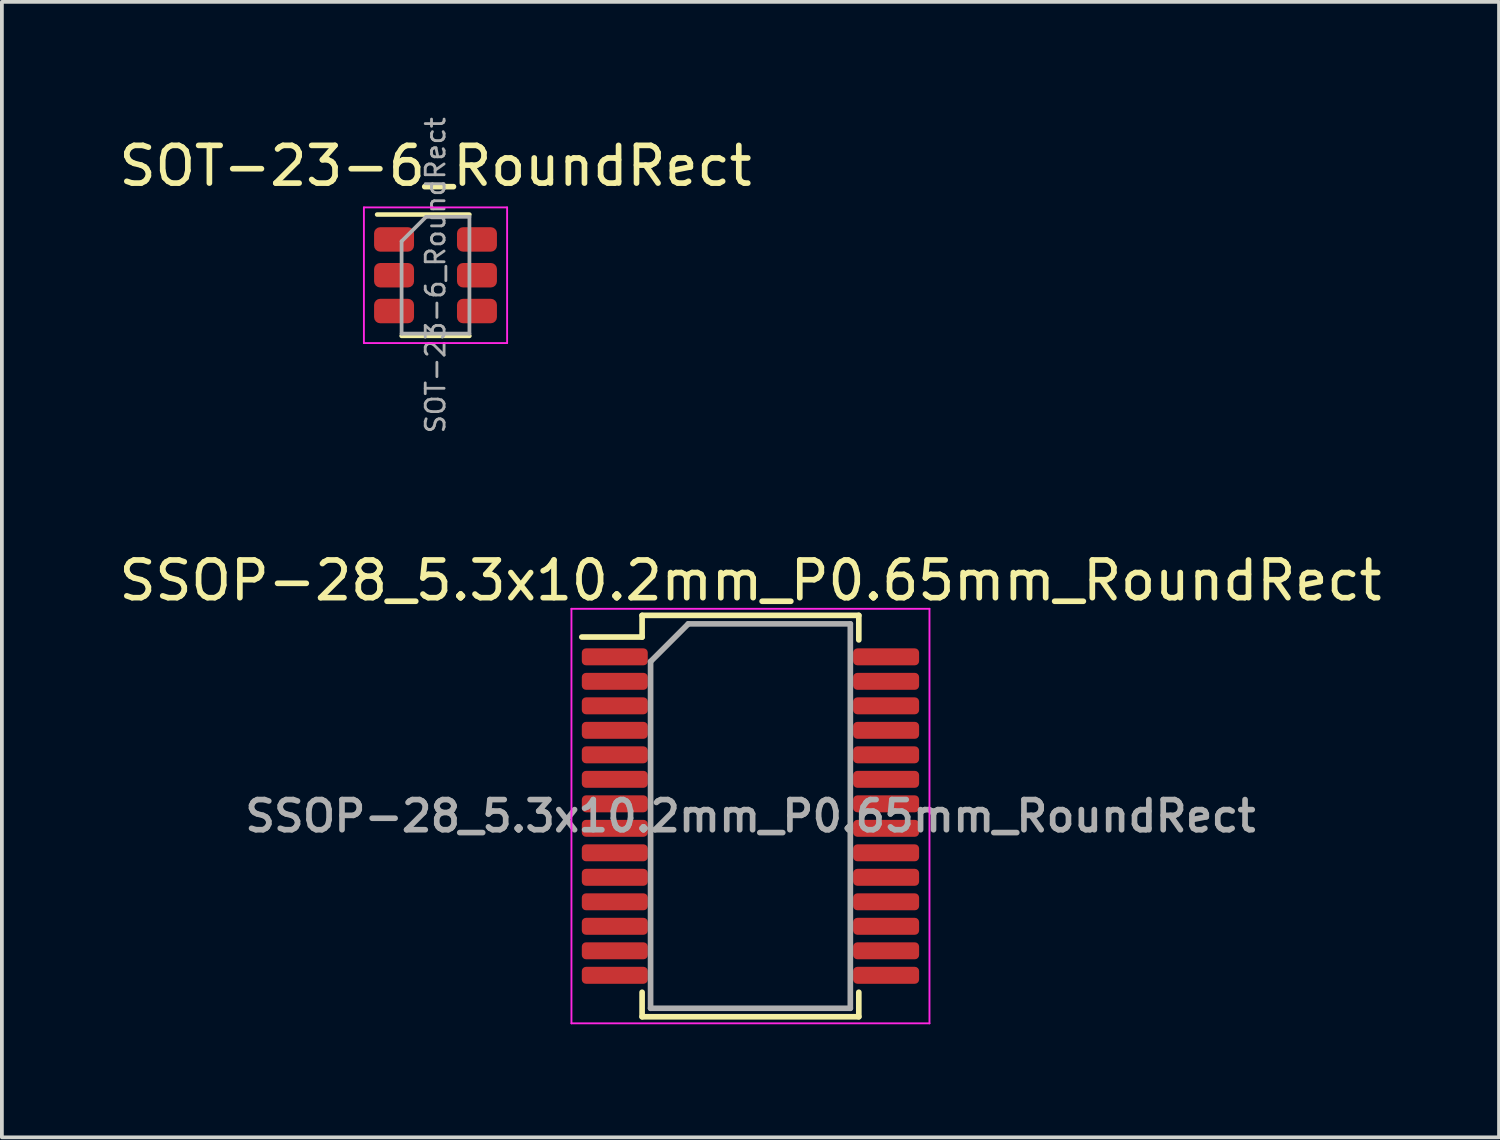
<source format=kicad_pcb>
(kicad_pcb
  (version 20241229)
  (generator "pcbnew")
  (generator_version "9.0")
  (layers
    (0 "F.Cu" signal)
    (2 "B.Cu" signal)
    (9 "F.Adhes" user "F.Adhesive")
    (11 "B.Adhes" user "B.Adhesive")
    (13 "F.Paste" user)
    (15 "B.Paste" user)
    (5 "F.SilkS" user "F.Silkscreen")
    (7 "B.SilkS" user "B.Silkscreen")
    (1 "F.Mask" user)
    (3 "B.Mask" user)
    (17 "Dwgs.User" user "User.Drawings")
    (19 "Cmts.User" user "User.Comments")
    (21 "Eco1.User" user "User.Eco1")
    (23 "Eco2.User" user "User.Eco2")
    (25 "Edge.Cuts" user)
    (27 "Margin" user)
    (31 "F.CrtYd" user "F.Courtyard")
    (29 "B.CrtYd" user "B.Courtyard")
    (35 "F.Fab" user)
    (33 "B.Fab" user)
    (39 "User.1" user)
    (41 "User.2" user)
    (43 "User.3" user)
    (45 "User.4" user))
  (footprint "SSOP-28_5.3x10.2mm_P0.65mm_RoundRect"
    (layer "F.Cu")
    (at 16.863 18.604)
    (property "Reference" "SSOP-28_5.3x10.2mm_P0.65mm_RoundRect" (at 0 -6.25 0) (layer "F.SilkS") (effects (font (size 1 1) (thickness 0.15))))
    (attr smd)
    (fp_line (start -2.875 -5.325) (end -2.875 -4.75) (stroke (width 0.15) (type solid)) (layer "F.SilkS"))
    (fp_line (start -2.875 -5.325) (end 2.875 -5.325) (stroke (width 0.15) (type solid)) (layer "F.SilkS"))
    (fp_line (start -2.875 -4.75) (end -4.475 -4.75) (stroke (width 0.15) (type solid)) (layer "F.SilkS"))
    (fp_line (start -2.875 5.325) (end -2.875 4.675) (stroke (width 0.15) (type solid)) (layer "F.SilkS"))
    (fp_line (start -2.875 5.325) (end 2.875 5.325) (stroke (width 0.15) (type solid)) (layer "F.SilkS"))
    (fp_line (start 2.875 -5.325) (end 2.875 -4.675) (stroke (width 0.15) (type solid)) (layer "F.SilkS"))
    (fp_line (start 2.875 5.325) (end 2.875 4.675) (stroke (width 0.15) (type solid)) (layer "F.SilkS"))
    (fp_line (start -4.75 -5.5) (end -4.75 5.5) (stroke (width 0.05) (type solid)) (layer "F.CrtYd"))
    (fp_line (start -4.75 -5.5) (end 4.75 -5.5) (stroke (width 0.05) (type solid)) (layer "F.CrtYd"))
    (fp_line (start -4.75 5.5) (end 4.75 5.5) (stroke (width 0.05) (type solid)) (layer "F.CrtYd"))
    (fp_line (start 4.75 -5.5) (end 4.75 5.5) (stroke (width 0.05) (type solid)) (layer "F.CrtYd"))
    (fp_line (start -2.65 -4.1) (end -1.65 -5.1) (stroke (width 0.15) (type solid)) (layer "F.Fab"))
    (fp_line (start -2.65 5.1) (end -2.65 -4.1) (stroke (width 0.15) (type solid)) (layer "F.Fab"))
    (fp_line (start -1.65 -5.1) (end 2.65 -5.1) (stroke (width 0.15) (type solid)) (layer "F.Fab"))
    (fp_line (start 2.65 -5.1) (end 2.65 5.1) (stroke (width 0.15) (type solid)) (layer "F.Fab"))
    (fp_line (start 2.65 5.1) (end -2.65 5.1) (stroke (width 0.15) (type solid)) (layer "F.Fab"))
    (fp_text user "${REFERENCE}" (at 0 0 0) (layer "F.Fab") (effects (font (size 0.8 0.8) (thickness 0.15))))
    (pad "1" smd roundrect (at -3.6 -4.225) (size 1.75 0.45) (layers "F.Cu" "F.Mask" "F.Paste") (roundrect_rratio 0.25))
    (pad "2" smd roundrect (at -3.6 -3.575) (size 1.75 0.45) (layers "F.Cu" "F.Mask" "F.Paste") (roundrect_rratio 0.25))
    (pad "3" smd roundrect (at -3.6 -2.925) (size 1.75 0.45) (layers "F.Cu" "F.Mask" "F.Paste") (roundrect_rratio 0.25))
    (pad "4" smd roundrect (at -3.6 -2.275) (size 1.75 0.45) (layers "F.Cu" "F.Mask" "F.Paste") (roundrect_rratio 0.25))
    (pad "5" smd roundrect (at -3.6 -1.625) (size 1.75 0.45) (layers "F.Cu" "F.Mask" "F.Paste") (roundrect_rratio 0.25))
    (pad "6" smd roundrect (at -3.6 -0.975) (size 1.75 0.45) (layers "F.Cu" "F.Mask" "F.Paste") (roundrect_rratio 0.25))
    (pad "7" smd roundrect (at -3.6 -0.325) (size 1.75 0.45) (layers "F.Cu" "F.Mask" "F.Paste") (roundrect_rratio 0.25))
    (pad "8" smd roundrect (at -3.6 0.325) (size 1.75 0.45) (layers "F.Cu" "F.Mask" "F.Paste") (roundrect_rratio 0.25))
    (pad "9" smd roundrect (at -3.6 0.975) (size 1.75 0.45) (layers "F.Cu" "F.Mask" "F.Paste") (roundrect_rratio 0.25))
    (pad "10" smd roundrect (at -3.6 1.625) (size 1.75 0.45) (layers "F.Cu" "F.Mask" "F.Paste") (roundrect_rratio 0.25))
    (pad "11" smd roundrect (at -3.6 2.275) (size 1.75 0.45) (layers "F.Cu" "F.Mask" "F.Paste") (roundrect_rratio 0.25))
    (pad "12" smd roundrect (at -3.6 2.925) (size 1.75 0.45) (layers "F.Cu" "F.Mask" "F.Paste") (roundrect_rratio 0.25))
    (pad "13" smd roundrect (at -3.6 3.575) (size 1.75 0.45) (layers "F.Cu" "F.Mask" "F.Paste") (roundrect_rratio 0.25))
    (pad "14" smd roundrect (at -3.6 4.225) (size 1.75 0.45) (layers "F.Cu" "F.Mask" "F.Paste") (roundrect_rratio 0.25))
    (pad "15" smd roundrect (at 3.6 4.225) (size 1.75 0.45) (layers "F.Cu" "F.Mask" "F.Paste") (roundrect_rratio 0.25))
    (pad "16" smd roundrect (at 3.6 3.575) (size 1.75 0.45) (layers "F.Cu" "F.Mask" "F.Paste") (roundrect_rratio 0.25))
    (pad "17" smd roundrect (at 3.6 2.925) (size 1.75 0.45) (layers "F.Cu" "F.Mask" "F.Paste") (roundrect_rratio 0.25))
    (pad "18" smd roundrect (at 3.6 2.275) (size 1.75 0.45) (layers "F.Cu" "F.Mask" "F.Paste") (roundrect_rratio 0.25))
    (pad "19" smd roundrect (at 3.6 1.625) (size 1.75 0.45) (layers "F.Cu" "F.Mask" "F.Paste") (roundrect_rratio 0.25))
    (pad "20" smd roundrect (at 3.6 0.975) (size 1.75 0.45) (layers "F.Cu" "F.Mask" "F.Paste") (roundrect_rratio 0.25))
    (pad "21" smd roundrect (at 3.6 0.325) (size 1.75 0.45) (layers "F.Cu" "F.Mask" "F.Paste") (roundrect_rratio 0.25))
    (pad "22" smd roundrect (at 3.6 -0.325) (size 1.75 0.45) (layers "F.Cu" "F.Mask" "F.Paste") (roundrect_rratio 0.25))
    (pad "23" smd roundrect (at 3.6 -0.975) (size 1.75 0.45) (layers "F.Cu" "F.Mask" "F.Paste") (roundrect_rratio 0.25))
    (pad "24" smd roundrect (at 3.6 -1.625) (size 1.75 0.45) (layers "F.Cu" "F.Mask" "F.Paste") (roundrect_rratio 0.25))
    (pad "25" smd roundrect (at 3.6 -2.275) (size 1.75 0.45) (layers "F.Cu" "F.Mask" "F.Paste") (roundrect_rratio 0.25))
    (pad "26" smd roundrect (at 3.6 -2.925) (size 1.75 0.45) (layers "F.Cu" "F.Mask" "F.Paste") (roundrect_rratio 0.25))
    (pad "27" smd roundrect (at 3.6 -3.575) (size 1.75 0.45) (layers "F.Cu" "F.Mask" "F.Paste") (roundrect_rratio 0.25))
    (pad "28" smd roundrect (at 3.6 -4.225) (size 1.75 0.45) (layers "F.Cu" "F.Mask" "F.Paste") (roundrect_rratio 0.25)))
  (footprint "SOT-23-6_RoundRect"
    (layer "F.Cu")
    (at 8.506 4.253)
    (property "Reference" "SOT-23-6_RoundRect" (at 0 -2.9 0) (layer "F.SilkS") (effects (font (size 1 1) (thickness 0.15))))
    (attr smd)
    (fp_line (start -0.9 1.61) (end 0.9 1.61) (stroke (width 0.12) (type solid)) (layer "F.SilkS"))
    (fp_line (start 0.9 -1.61) (end -1.55 -1.61) (stroke (width 0.12) (type solid)) (layer "F.SilkS"))
    (fp_line (start -1.9 -1.8) (end -1.9 1.8) (stroke (width 0.05) (type solid)) (layer "F.CrtYd"))
    (fp_line (start -1.9 1.8) (end 1.9 1.8) (stroke (width 0.05) (type solid)) (layer "F.CrtYd"))
    (fp_line (start 1.9 -1.8) (end -1.9 -1.8) (stroke (width 0.05) (type solid)) (layer "F.CrtYd"))
    (fp_line (start 1.9 1.8) (end 1.9 -1.8) (stroke (width 0.05) (type solid)) (layer "F.CrtYd"))
    (fp_line (start -0.9 -0.9) (end -0.9 1.55) (stroke (width 0.1) (type solid)) (layer "F.Fab"))
    (fp_line (start -0.9 -0.9) (end -0.25 -1.55) (stroke (width 0.1) (type solid)) (layer "F.Fab"))
    (fp_line (start 0.9 -1.55) (end -0.25 -1.55) (stroke (width 0.1) (type solid)) (layer "F.Fab"))
    (fp_line (start 0.9 -1.55) (end 0.9 1.55) (stroke (width 0.1) (type solid)) (layer "F.Fab"))
    (fp_line (start 0.9 1.55) (end -0.9 1.55) (stroke (width 0.1) (type solid)) (layer "F.Fab"))
    (fp_text user "${REFERENCE}" (at 0 0 90) (layer "F.Fab") (effects (font (size 0.5 0.5) (thickness 0.075))))
    (pad "1" smd roundrect (at -1.1 -0.95) (size 1.06 0.65) (layers "F.Cu" "F.Mask" "F.Paste") (roundrect_rratio 0.25))
    (pad "2" smd roundrect (at -1.1 0) (size 1.06 0.65) (layers "F.Cu" "F.Mask" "F.Paste") (roundrect_rratio 0.25))
    (pad "3" smd roundrect (at -1.1 0.95) (size 1.06 0.65) (layers "F.Cu" "F.Mask" "F.Paste") (roundrect_rratio 0.25))
    (pad "4" smd roundrect (at 1.1 0.95) (size 1.06 0.65) (layers "F.Cu" "F.Mask" "F.Paste") (roundrect_rratio 0.25))
    (pad "5" smd roundrect (at 1.1 0) (size 1.06 0.65) (layers "F.Cu" "F.Mask" "F.Paste") (roundrect_rratio 0.25))
    (pad "6" smd roundrect (at 1.1 -0.95) (size 1.06 0.65) (layers "F.Cu" "F.Mask" "F.Paste") (roundrect_rratio 0.25)))
  (gr_rect
    (start -3 -3)
    (end 36.726 27.129)
    (stroke (width 0.1) (type default))
    (fill no)
    (layer "Edge.Cuts")))
</source>
